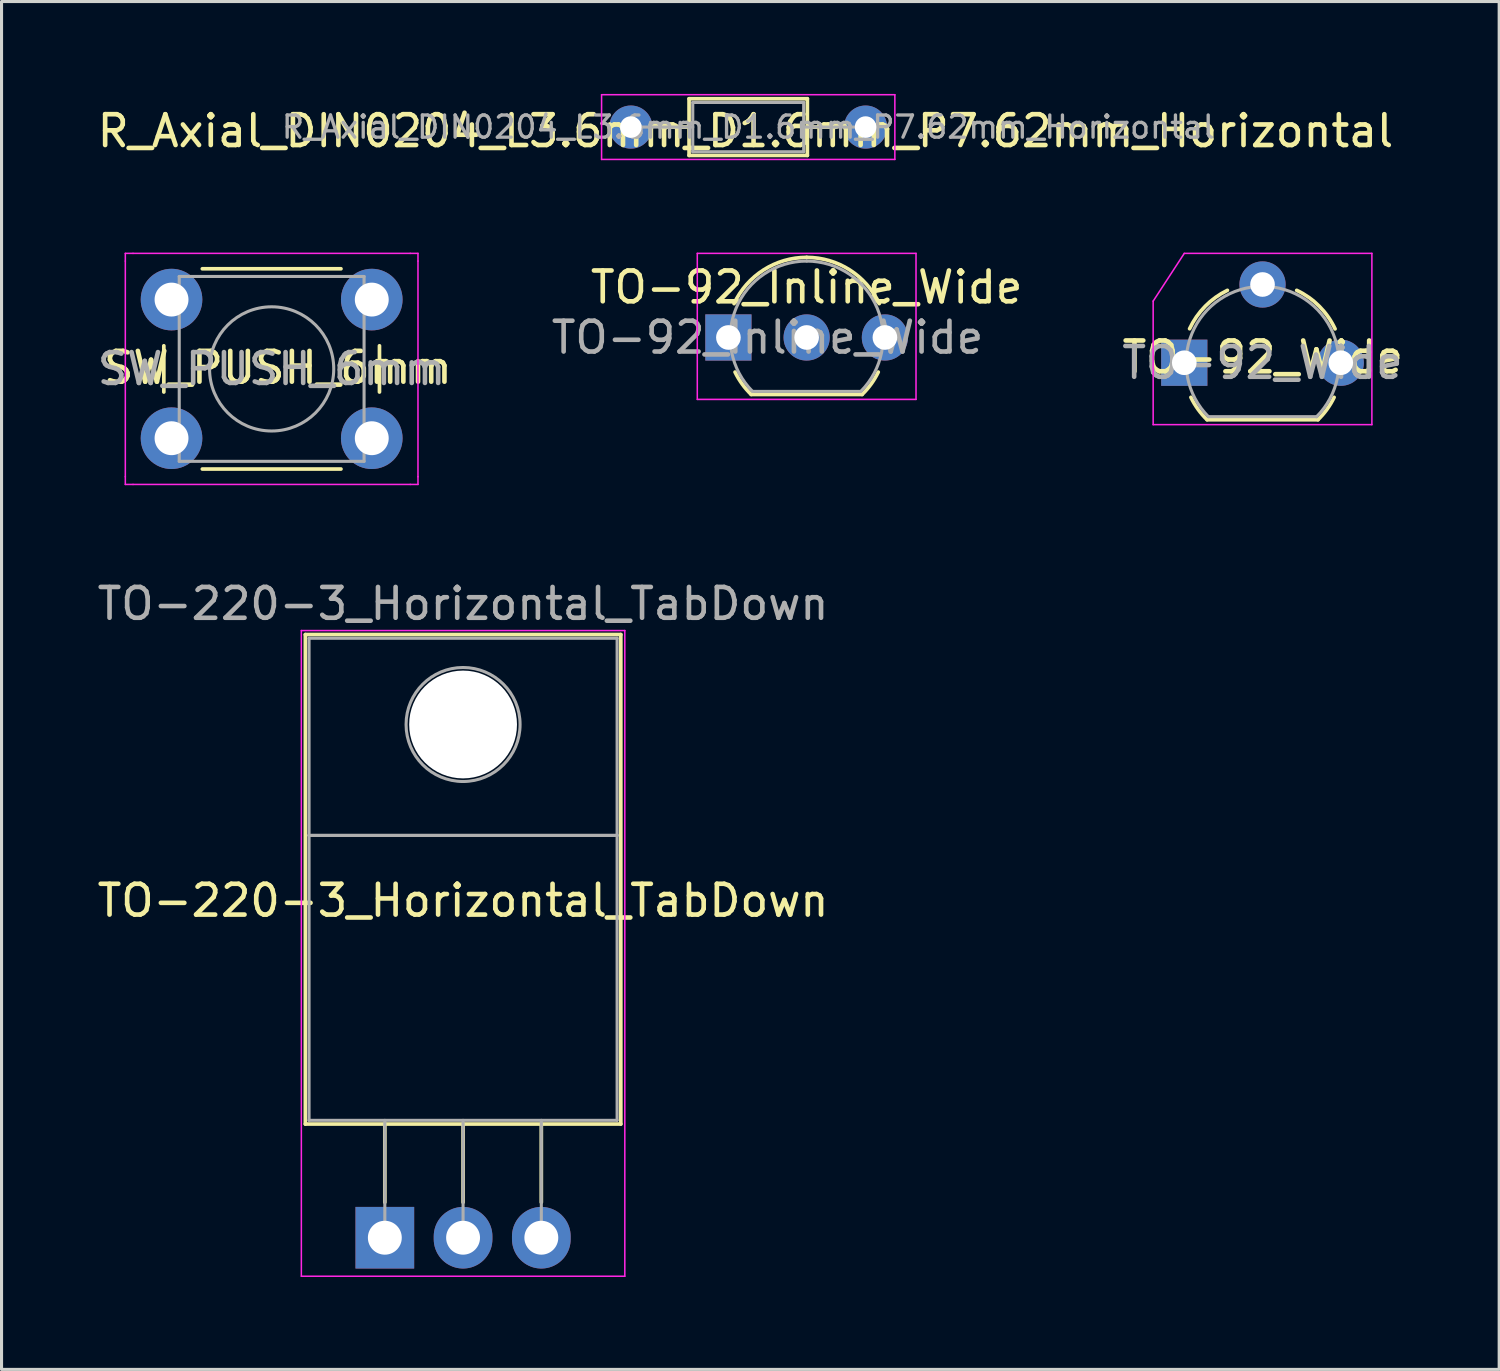
<source format=kicad_pcb>
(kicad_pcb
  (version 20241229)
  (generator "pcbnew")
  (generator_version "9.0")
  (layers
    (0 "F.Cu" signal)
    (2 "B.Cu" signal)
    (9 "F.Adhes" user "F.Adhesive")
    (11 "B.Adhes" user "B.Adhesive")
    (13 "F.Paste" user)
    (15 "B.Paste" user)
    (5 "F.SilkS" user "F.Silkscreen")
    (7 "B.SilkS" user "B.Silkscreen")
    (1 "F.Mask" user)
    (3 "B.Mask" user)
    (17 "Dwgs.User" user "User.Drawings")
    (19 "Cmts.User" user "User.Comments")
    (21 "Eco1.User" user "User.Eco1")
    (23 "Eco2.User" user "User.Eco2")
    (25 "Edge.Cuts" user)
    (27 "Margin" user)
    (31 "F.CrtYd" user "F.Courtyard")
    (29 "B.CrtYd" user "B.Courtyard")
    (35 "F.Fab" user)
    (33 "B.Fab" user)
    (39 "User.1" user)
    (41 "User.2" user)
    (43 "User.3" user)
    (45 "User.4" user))
  (footprint "TO-92_Inline_Wide"
    (layer "F.Cu")
    (at 20.595 7.905)
    (property "Reference" "TO-92_Inline_Wide" (at 2.54 -1.63 180) (layer "F.SilkS") (effects (font (size 1 1) (thickness 0.15))))
    (attr through_hole)
    (fp_line (start 0.74 1.85) (end 4.34 1.85) (stroke (width 0.12) (type solid)) (layer "F.SilkS"))
    (fp_arc (start 0.1836 -1.098807) (mid 1.143021 -2.192817) (end 2.54 -2.6) (stroke (width 0.12) (type solid)) (layer "F.SilkS"))
    (fp_arc (start 0.74 1.85) (mid 0.446097 1.509328) (end 0.215816 1.122795) (stroke (width 0.12) (type solid)) (layer "F.SilkS"))
    (fp_arc (start 2.54 -2.6) (mid 3.936979 -2.192818) (end 4.8964 -1.098807) (stroke (width 0.12) (type solid)) (layer "F.SilkS"))
    (fp_arc (start 4.864184 1.122795) (mid 4.633903 1.509328) (end 4.34 1.85) (stroke (width 0.12) (type solid)) (layer "F.SilkS"))
    (fp_line (start -1.01 -2.73) (end -1.01 2.01) (stroke (width 0.05) (type solid)) (layer "F.CrtYd"))
    (fp_line (start -1.01 -2.73) (end 6.09 -2.73) (stroke (width 0.05) (type solid)) (layer "F.CrtYd"))
    (fp_line (start 6.09 2.01) (end -1.01 2.01) (stroke (width 0.05) (type solid)) (layer "F.CrtYd"))
    (fp_line (start 6.09 2.01) (end 6.09 -2.73) (stroke (width 0.05) (type solid)) (layer "F.CrtYd"))
    (fp_line (start 0.8 1.75) (end 4.3 1.75) (stroke (width 0.1) (type solid)) (layer "F.Fab"))
    (fp_arc (start 0.786375 1.753625) (mid 0.248779 -0.949055) (end 2.54 -2.48) (stroke (width 0.1) (type solid)) (layer "F.Fab"))
    (fp_arc (start 2.54 -2.48) (mid 4.831221 -0.949055) (end 4.293625 1.753625) (stroke (width 0.1) (type solid)) (layer "F.Fab"))
    (fp_text user "${REFERENCE}" (at 1.27 0 180) (layer "F.Fab") (effects (font (size 1 1) (thickness 0.15))))
    (pad "1" thru_hole rect (at 0 0) (size 1.5 1.5) (drill 0.8) (layers "*.Cu" "*.Mask"))
    (pad "2" thru_hole circle (at 2.54 0) (size 1.5 1.5) (drill 0.8) (layers "*.Cu" "*.Mask"))
    (pad "3" thru_hole circle (at 5.08 0) (size 1.5 1.5) (drill 0.8) (layers "*.Cu" "*.Mask")))
  (footprint "SW_PUSH_6mm"
    (layer "F.Cu")
    (at 2.518 6.675)
    (property "Reference" "SW_PUSH_6mm" (at 3.454 2.21 0) (layer "F.SilkS") (effects (font (size 1 1) (thickness 0.15))))
    (attr through_hole)
    (fp_line (start -0.25 1.5) (end -0.25 3) (stroke (width 0.12) (type solid)) (layer "F.SilkS"))
    (fp_line (start 1 5.5) (end 5.5 5.5) (stroke (width 0.12) (type solid)) (layer "F.SilkS"))
    (fp_line (start 5.5 -1) (end 1 -1) (stroke (width 0.12) (type solid)) (layer "F.SilkS"))
    (fp_line (start 6.75 3) (end 6.75 1.5) (stroke (width 0.12) (type solid)) (layer "F.SilkS"))
    (fp_line (start -1.5 -1.5) (end -1.25 -1.5) (stroke (width 0.05) (type solid)) (layer "F.CrtYd"))
    (fp_line (start -1.5 -1.25) (end -1.5 -1.5) (stroke (width 0.05) (type solid)) (layer "F.CrtYd"))
    (fp_line (start -1.5 5.75) (end -1.5 -1.25) (stroke (width 0.05) (type solid)) (layer "F.CrtYd"))
    (fp_line (start -1.5 5.75) (end -1.5 6) (stroke (width 0.05) (type solid)) (layer "F.CrtYd"))
    (fp_line (start -1.5 6) (end -1.25 6) (stroke (width 0.05) (type solid)) (layer "F.CrtYd"))
    (fp_line (start -1.25 -1.5) (end 7.75 -1.5) (stroke (width 0.05) (type solid)) (layer "F.CrtYd"))
    (fp_line (start 7.75 -1.5) (end 8 -1.5) (stroke (width 0.05) (type solid)) (layer "F.CrtYd"))
    (fp_line (start 7.75 6) (end -1.25 6) (stroke (width 0.05) (type solid)) (layer "F.CrtYd"))
    (fp_line (start 7.75 6) (end 8 6) (stroke (width 0.05) (type solid)) (layer "F.CrtYd"))
    (fp_line (start 8 -1.5) (end 8 -1.25) (stroke (width 0.05) (type solid)) (layer "F.CrtYd"))
    (fp_line (start 8 -1.25) (end 8 5.75) (stroke (width 0.05) (type solid)) (layer "F.CrtYd"))
    (fp_line (start 8 6) (end 8 5.75) (stroke (width 0.05) (type solid)) (layer "F.CrtYd"))
    (fp_line (start 0.25 -0.75) (end 3.25 -0.75) (stroke (width 0.1) (type solid)) (layer "F.Fab"))
    (fp_line (start 0.25 5.25) (end 0.25 -0.75) (stroke (width 0.1) (type solid)) (layer "F.Fab"))
    (fp_line (start 3.25 -0.75) (end 6.25 -0.75) (stroke (width 0.1) (type solid)) (layer "F.Fab"))
    (fp_line (start 6.25 -0.75) (end 6.25 5.25) (stroke (width 0.1) (type solid)) (layer "F.Fab"))
    (fp_line (start 6.25 5.25) (end 0.25 5.25) (stroke (width 0.1) (type solid)) (layer "F.Fab"))
    (fp_circle (center 3.25 2.25) (end 1.25 2.5) (stroke (width 0.1) (type solid)) (fill no) (layer "F.Fab"))
    (fp_text user "${REFERENCE}" (at 3.25 2.25 0) (layer "F.Fab") (effects (font (size 1 1) (thickness 0.15))))
    (pad "1" thru_hole circle (at 0 0 90) (size 2 2) (drill 1.1) (layers "*.Cu" "*.Mask"))
    (pad "1" thru_hole circle (at 6.5 0 90) (size 2 2) (drill 1.1) (layers "*.Cu" "*.Mask"))
    (pad "2" thru_hole circle (at 0 4.5 90) (size 2 2) (drill 1.1) (layers "*.Cu" "*.Mask"))
    (pad "2" thru_hole circle (at 6.5 4.5 90) (size 2 2) (drill 1.1) (layers "*.Cu" "*.Mask")))
  (footprint "TO-92_Wide"
    (layer "F.Cu")
    (at 35.393 8.725)
    (property "Reference" "TO-92_Wide" (at 2.55 -0.178 180) (layer "F.SilkS") (effects (font (size 1 1) (thickness 0.15))))
    (attr through_hole)
    (fp_line (start 0.74 1.85) (end 4.34 1.85) (stroke (width 0.12) (type solid)) (layer "F.SilkS"))
    (fp_arc (start 0.172801 -1.103842) (mid 0.678995 -1.832692) (end 1.4 -2.35) (stroke (width 0.12) (type solid)) (layer "F.SilkS"))
    (fp_arc (start 0.74 1.85) (mid 0.446097 1.509328) (end 0.215816 1.122795) (stroke (width 0.12) (type solid)) (layer "F.SilkS"))
    (fp_arc (start 3.65 -2.35) (mid 4.382279 -1.833196) (end 4.895458 -1.098371) (stroke (width 0.12) (type solid)) (layer "F.SilkS"))
    (fp_arc (start 4.864184 1.122795) (mid 4.633903 1.509328) (end 4.34 1.85) (stroke (width 0.12) (type solid)) (layer "F.SilkS"))
    (fp_line (start -1.01 -2) (end -1.01 2.01) (stroke (width 0.05) (type solid)) (layer "F.CrtYd"))
    (fp_line (start 0 -3.55) (end -1.01 -2) (stroke (width 0.05) (type solid)) (layer "F.CrtYd"))
    (fp_line (start 0 -3.55) (end 6.09 -3.55) (stroke (width 0.05) (type solid)) (layer "F.CrtYd"))
    (fp_line (start 6.09 2.01) (end -1.01 2.01) (stroke (width 0.05) (type solid)) (layer "F.CrtYd"))
    (fp_line (start 6.09 2.01) (end 6.09 -3.55) (stroke (width 0.05) (type solid)) (layer "F.CrtYd"))
    (fp_line (start 0.8 1.75) (end 4.3 1.75) (stroke (width 0.1) (type solid)) (layer "F.Fab"))
    (fp_arc (start 0.786375 1.753625) (mid 0.248779 -0.949055) (end 2.54 -2.48) (stroke (width 0.1) (type solid)) (layer "F.Fab"))
    (fp_arc (start 2.54 -2.48) (mid 4.831221 -0.949055) (end 4.293625 1.753625) (stroke (width 0.1) (type solid)) (layer "F.Fab"))
    (fp_text user "${REFERENCE}" (at 2.54 0 180) (layer "F.Fab") (effects (font (size 1 1) (thickness 0.15))))
    (pad "1" thru_hole rect (at 0 0 90) (size 1.5 1.5) (drill 0.8) (layers "*.Cu" "*.Mask"))
    (pad "2" thru_hole circle (at 2.54 -2.54 90) (size 1.5 1.5) (drill 0.8) (layers "*.Cu" "*.Mask"))
    (pad "3" thru_hole circle (at 5.08 0 90) (size 1.5 1.5) (drill 0.8) (layers "*.Cu" "*.Mask")))
  (footprint "R_Axial_DIN0204_L3.6mm_D1.6mm_P7.62mm_Horizontal"
    (layer "F.Cu")
    (at 17.428 1.075)
    (property "Reference" "R_Axial_DIN0204_L3.6mm_D1.6mm_P7.62mm_Horizontal" (at 3.721 0.127 0) (layer "F.SilkS") (effects (font (size 1 1) (thickness 0.15))))
    (attr through_hole)
    (fp_line (start 0.94 0) (end 1.89 0) (stroke (width 0.12) (type solid)) (layer "F.SilkS"))
    (fp_line (start 1.89 -0.92) (end 1.89 0.92) (stroke (width 0.12) (type solid)) (layer "F.SilkS"))
    (fp_line (start 1.89 0.92) (end 5.73 0.92) (stroke (width 0.12) (type solid)) (layer "F.SilkS"))
    (fp_line (start 5.73 -0.92) (end 1.89 -0.92) (stroke (width 0.12) (type solid)) (layer "F.SilkS"))
    (fp_line (start 5.73 0.92) (end 5.73 -0.92) (stroke (width 0.12) (type solid)) (layer "F.SilkS"))
    (fp_line (start 6.68 0) (end 5.73 0) (stroke (width 0.12) (type solid)) (layer "F.SilkS"))
    (fp_line (start -0.95 -1.05) (end -0.95 1.05) (stroke (width 0.05) (type solid)) (layer "F.CrtYd"))
    (fp_line (start -0.95 1.05) (end 8.57 1.05) (stroke (width 0.05) (type solid)) (layer "F.CrtYd"))
    (fp_line (start 8.57 -1.05) (end -0.95 -1.05) (stroke (width 0.05) (type solid)) (layer "F.CrtYd"))
    (fp_line (start 8.57 1.05) (end 8.57 -1.05) (stroke (width 0.05) (type solid)) (layer "F.CrtYd"))
    (fp_line (start 0 0) (end 2.01 0) (stroke (width 0.1) (type solid)) (layer "F.Fab"))
    (fp_line (start 2.01 -0.8) (end 2.01 0.8) (stroke (width 0.1) (type solid)) (layer "F.Fab"))
    (fp_line (start 2.01 0.8) (end 5.61 0.8) (stroke (width 0.1) (type solid)) (layer "F.Fab"))
    (fp_line (start 5.61 -0.8) (end 2.01 -0.8) (stroke (width 0.1) (type solid)) (layer "F.Fab"))
    (fp_line (start 5.61 0.8) (end 5.61 -0.8) (stroke (width 0.1) (type solid)) (layer "F.Fab"))
    (fp_line (start 7.62 0) (end 5.61 0) (stroke (width 0.1) (type solid)) (layer "F.Fab"))
    (fp_text user "${REFERENCE}" (at 3.81 0 0) (layer "F.Fab") (effects (font (size 0.72 0.72) (thickness 0.108))))
    (pad "1" thru_hole circle (at 0 0) (size 1.4 1.4) (drill 0.7) (layers "*.Cu" "*.Mask"))
    (pad "2" thru_hole oval (at 7.62 0) (size 1.4 1.4) (drill 0.7) (layers "*.Cu" "*.Mask")))
  (footprint "TO-220-3_Horizontal_TabDown"
    (layer "F.Cu")
    (at 9.442 37.128)
    (property "Reference" "TO-220-3_Horizontal_TabDown" (at 2.54 -10.945 0) (layer "F.SilkS") (effects (font (size 1 1) (thickness 0.15))))
    (attr through_hole)
    (fp_line (start -2.58 -19.58) (end -2.58 -3.69) (stroke (width 0.12) (type solid)) (layer "F.SilkS"))
    (fp_line (start -2.58 -19.58) (end 7.66 -19.58) (stroke (width 0.12) (type solid)) (layer "F.SilkS"))
    (fp_line (start -2.58 -3.69) (end 7.66 -3.69) (stroke (width 0.12) (type solid)) (layer "F.SilkS"))
    (fp_line (start 0 -3.69) (end 0 -1.15) (stroke (width 0.12) (type solid)) (layer "F.SilkS"))
    (fp_line (start 2.54 -3.69) (end 2.54 -1.15) (stroke (width 0.12) (type solid)) (layer "F.SilkS"))
    (fp_line (start 5.08 -3.69) (end 5.08 -1.15) (stroke (width 0.12) (type solid)) (layer "F.SilkS"))
    (fp_line (start 7.66 -19.58) (end 7.66 -3.69) (stroke (width 0.12) (type solid)) (layer "F.SilkS"))
    (fp_line (start -2.71 -19.71) (end -2.71 1.25) (stroke (width 0.05) (type solid)) (layer "F.CrtYd"))
    (fp_line (start -2.71 1.25) (end 7.79 1.25) (stroke (width 0.05) (type solid)) (layer "F.CrtYd"))
    (fp_line (start 7.79 -19.71) (end -2.71 -19.71) (stroke (width 0.05) (type solid)) (layer "F.CrtYd"))
    (fp_line (start 7.79 1.25) (end 7.79 -19.71) (stroke (width 0.05) (type solid)) (layer "F.CrtYd"))
    (fp_line (start -2.46 -19.46) (end 7.54 -19.46) (stroke (width 0.1) (type solid)) (layer "F.Fab"))
    (fp_line (start -2.46 -13.06) (end -2.46 -19.46) (stroke (width 0.1) (type solid)) (layer "F.Fab"))
    (fp_line (start -2.46 -13.06) (end 7.54 -13.06) (stroke (width 0.1) (type solid)) (layer "F.Fab"))
    (fp_line (start -2.46 -3.81) (end -2.46 -13.06) (stroke (width 0.1) (type solid)) (layer "F.Fab"))
    (fp_line (start 0 -3.81) (end 0 0) (stroke (width 0.1) (type solid)) (layer "F.Fab"))
    (fp_line (start 2.54 -3.81) (end 2.54 0) (stroke (width 0.1) (type solid)) (layer "F.Fab"))
    (fp_line (start 5.08 -3.81) (end 5.08 0) (stroke (width 0.1) (type solid)) (layer "F.Fab"))
    (fp_line (start 7.54 -19.46) (end 7.54 -13.06) (stroke (width 0.1) (type solid)) (layer "F.Fab"))
    (fp_line (start 7.54 -13.06) (end -2.46 -13.06) (stroke (width 0.1) (type solid)) (layer "F.Fab"))
    (fp_line (start 7.54 -13.06) (end 7.54 -3.81) (stroke (width 0.1) (type solid)) (layer "F.Fab"))
    (fp_line (start 7.54 -3.81) (end -2.46 -3.81) (stroke (width 0.1) (type solid)) (layer "F.Fab"))
    (fp_circle (center 2.54 -16.66) (end 4.39 -16.66) (stroke (width 0.1) (type solid)) (fill no) (layer "F.Fab"))
    (fp_text user "${REFERENCE}" (at 2.54 -20.58 0) (layer "F.Fab") (effects (font (size 1 1) (thickness 0.15))))
    (pad "" np_thru_hole oval (at 2.54 -16.66 180) (size 3.5 3.5) (drill 3.5) (layers "*.Cu" "*.Mask"))
    (pad "1" thru_hole rect (at 0 0 180) (size 1.905 2) (drill 1.1) (layers "*.Cu" "*.Mask"))
    (pad "2" thru_hole oval (at 2.54 0 180) (size 1.905 2) (drill 1.1) (layers "*.Cu" "*.Mask"))
    (pad "3" thru_hole oval (at 5.08 0 180) (size 1.905 2) (drill 1.1) (layers "*.Cu" "*.Mask")))
  (gr_rect
    (start -3 -3)
    (end 45.615 41.403)
    (stroke (width 0.1) (type default))
    (fill no)
    (layer "Edge.Cuts")))
</source>
